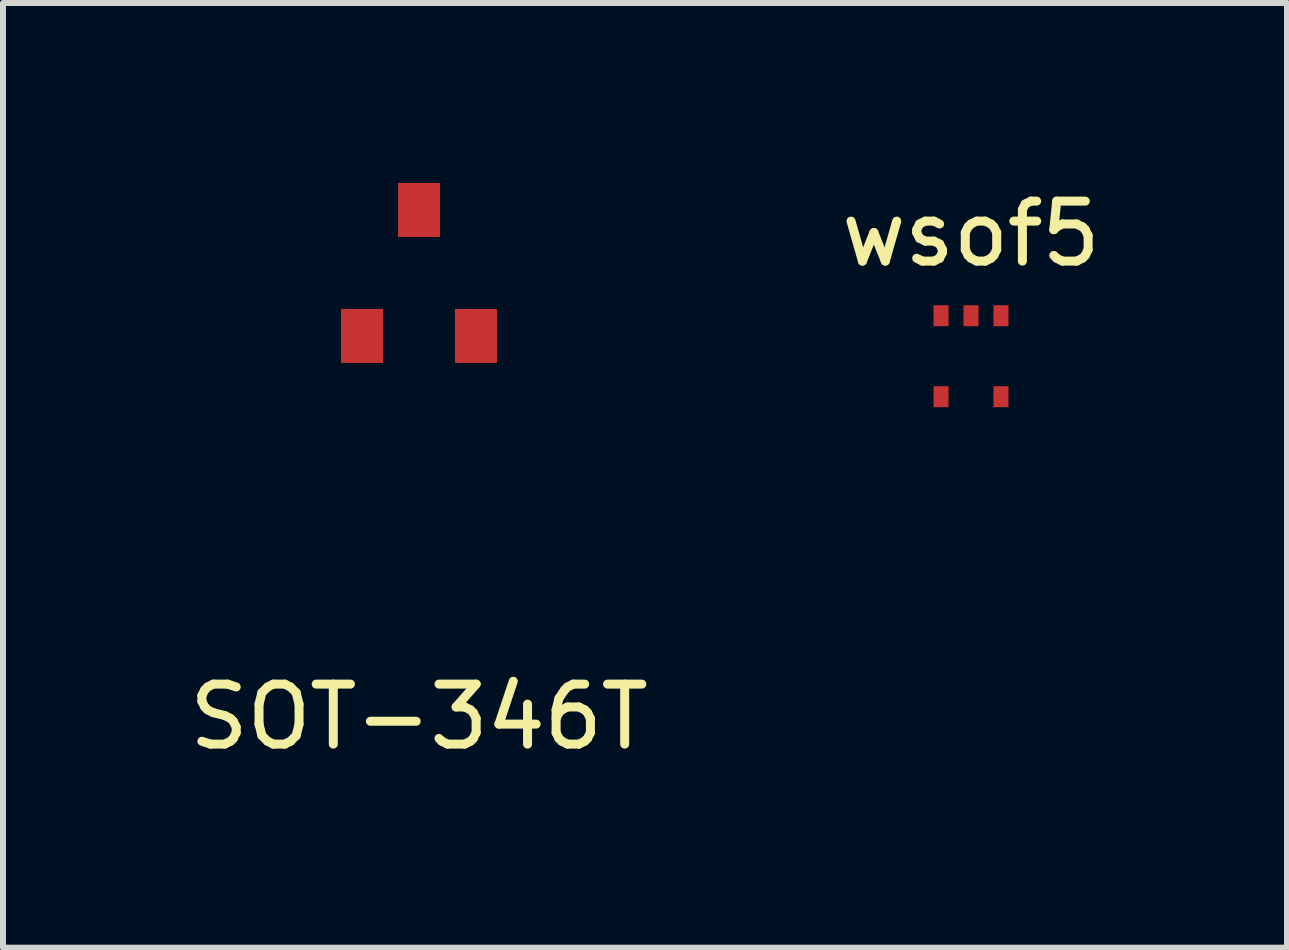
<source format=kicad_pcb>
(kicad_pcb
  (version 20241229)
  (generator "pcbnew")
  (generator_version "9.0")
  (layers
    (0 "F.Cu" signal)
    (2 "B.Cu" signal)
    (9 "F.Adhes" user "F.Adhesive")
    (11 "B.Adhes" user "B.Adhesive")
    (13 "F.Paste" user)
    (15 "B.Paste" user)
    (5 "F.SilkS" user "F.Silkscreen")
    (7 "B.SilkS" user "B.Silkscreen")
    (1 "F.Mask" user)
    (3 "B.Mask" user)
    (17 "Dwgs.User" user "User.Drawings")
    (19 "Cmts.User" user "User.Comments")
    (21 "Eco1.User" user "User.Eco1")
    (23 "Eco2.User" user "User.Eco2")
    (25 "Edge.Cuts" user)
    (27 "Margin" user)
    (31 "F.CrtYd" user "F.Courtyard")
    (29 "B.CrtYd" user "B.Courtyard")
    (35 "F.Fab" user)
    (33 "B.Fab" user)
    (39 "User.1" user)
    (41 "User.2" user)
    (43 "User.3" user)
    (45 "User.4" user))
  (footprint "SOT-346T"
    (layer "F.Cu")
    (at 3.935 2.55)
    (property "Reference" "SOT-346T" (at 0 6.35 0) (layer "F.SilkS") (effects (font (size 1 1) (thickness 0.15))))
    (attr through_hole)
    (pad "1" smd rect (at -0.95 0 180) (size 0.7 0.9) (layers "F.Cu" "F.Mask" "F.Paste"))
    (pad "2" smd rect (at 0.95 0 180) (size 0.7 0.9) (layers "F.Cu" "F.Mask" "F.Paste"))
    (pad "3" smd rect (at 0 -2.1 180) (size 0.7 0.9) (layers "F.Cu" "F.Mask" "F.Paste")))
  (footprint "wsof5"
    (layer "F.Cu")
    (at 13.137 3.388)
    (property "Reference" "wsof5" (at 0 -2.54 0) (layer "F.SilkS") (effects (font (size 1 1) (thickness 0.15))))
    (attr smd)
    (pad "1" smd rect (at -0.5 -1.175) (size 0.25 0.35) (layers "F.Cu" "F.Mask" "F.Paste"))
    (pad "2" smd rect (at 0 -1.175) (size 0.25 0.35) (layers "F.Cu" "F.Mask" "F.Paste"))
    (pad "3" smd rect (at 0.5 -1.175) (size 0.25 0.35) (layers "F.Cu" "F.Mask" "F.Paste"))
    (pad "4" smd rect (at 0.5 0.175) (size 0.25 0.35) (layers "F.Cu" "F.Mask" "F.Paste"))
    (pad "5" smd rect (at -0.5 0.175) (size 0.25 0.35) (layers "F.Cu" "F.Mask" "F.Paste")))
  (gr_rect
    (start -3 -3)
    (end 18.405 12.748)
    (stroke (width 0.1) (type default))
    (fill no)
    (layer "Edge.Cuts")))
</source>
